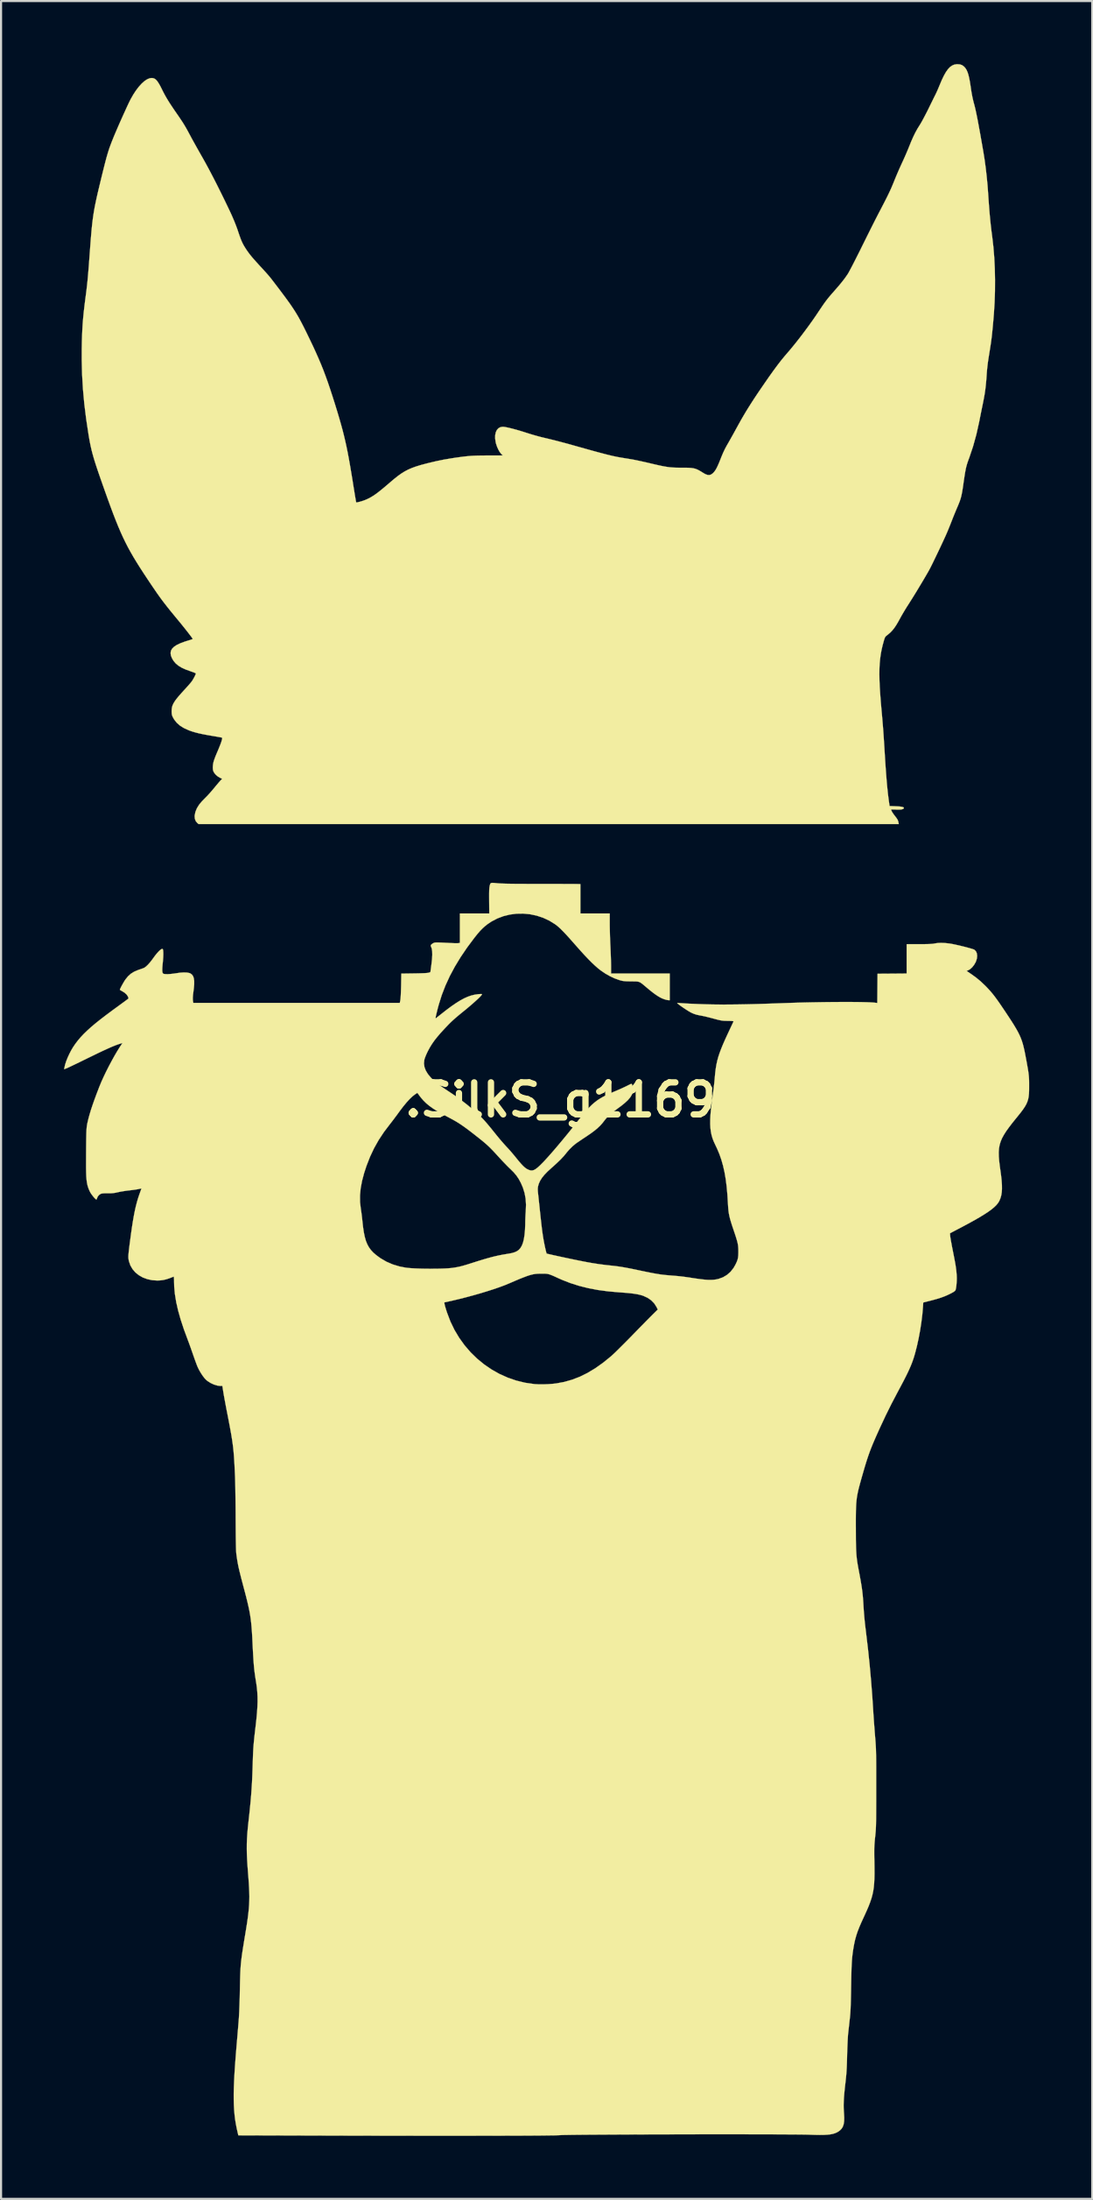
<source format=kicad_pcb>
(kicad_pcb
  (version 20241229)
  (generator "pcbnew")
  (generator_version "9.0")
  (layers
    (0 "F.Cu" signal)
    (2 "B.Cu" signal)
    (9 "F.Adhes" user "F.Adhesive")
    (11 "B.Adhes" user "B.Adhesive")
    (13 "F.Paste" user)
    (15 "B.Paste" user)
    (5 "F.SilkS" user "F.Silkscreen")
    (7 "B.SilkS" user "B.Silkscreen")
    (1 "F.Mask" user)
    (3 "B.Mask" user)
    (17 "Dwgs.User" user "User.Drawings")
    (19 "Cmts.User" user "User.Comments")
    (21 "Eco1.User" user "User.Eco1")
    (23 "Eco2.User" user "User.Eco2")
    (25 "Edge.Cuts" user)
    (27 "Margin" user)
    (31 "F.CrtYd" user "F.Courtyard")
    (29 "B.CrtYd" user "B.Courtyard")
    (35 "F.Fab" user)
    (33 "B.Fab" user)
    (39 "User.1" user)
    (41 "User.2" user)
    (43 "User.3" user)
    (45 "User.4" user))
  (footprint "F.SilkS_g1169"
    (layer "F.Cu")
    (at 22.977 49.281)
    (property "Reference" "F.SilkS_g1169" (at 0 0 0) (layer "F.SilkS") (effects (font (size 1.524 1.524) (thickness 0.3))))
    (attr through_hole)
    (fp_poly (pts (xy 19.688 -49.265) (xy 19.789 -49.229) (xy 19.877 -49.162) (xy 19.892 -49.147) (xy 19.95 -49.079) (xy 20 -48.997) (xy 20.044 -48.897) (xy 20.084 -48.774) (xy 20.12 -48.624) (xy 20.155 -48.443) (xy 20.189 -48.226) (xy 20.202 -48.133) (xy 20.237 -47.91) (xy 20.279 -47.691) (xy 20.325 -47.493) (xy 20.34 -47.438) (xy 20.366 -47.344) (xy 20.391 -47.245) (xy 20.416 -47.14) (xy 20.442 -47.024) (xy 20.469 -46.894) (xy 20.499 -46.747) (xy 20.532 -46.58) (xy 20.567 -46.39) (xy 20.607 -46.173) (xy 20.652 -45.927) (xy 20.701 -45.647) (xy 20.757 -45.33) (xy 20.796 -45.106) (xy 20.855 -44.738) (xy 20.909 -44.34) (xy 20.956 -43.926) (xy 20.996 -43.508) (xy 21.018 -43.212) (xy 21.039 -42.9) (xy 21.059 -42.624) (xy 21.078 -42.378) (xy 21.096 -42.157) (xy 21.115 -41.953) (xy 21.134 -41.761) (xy 21.154 -41.575) (xy 21.176 -41.389) (xy 21.201 -41.196) (xy 21.22 -41.053) (xy 21.274 -40.583) (xy 21.315 -40.082) (xy 21.341 -39.56) (xy 21.353 -39.024) (xy 21.35 -38.486) (xy 21.332 -37.953) (xy 21.3 -37.434) (xy 21.295 -37.37) (xy 21.272 -37.096) (xy 21.251 -36.858) (xy 21.231 -36.651) (xy 21.213 -36.47) (xy 21.195 -36.309) (xy 21.177 -36.163) (xy 21.158 -36.025) (xy 21.138 -35.89) (xy 21.135 -35.872) (xy 21.111 -35.721) (xy 21.084 -35.549) (xy 21.056 -35.376) (xy 21.032 -35.224) (xy 21.03 -35.21) (xy 21.009 -35.066) (xy 20.989 -34.898) (xy 20.971 -34.724) (xy 20.958 -34.562) (xy 20.955 -34.517) (xy 20.936 -34.246) (xy 20.913 -34.005) (xy 20.887 -33.78) (xy 20.854 -33.559) (xy 20.812 -33.33) (xy 20.773 -33.132) (xy 20.738 -32.961) (xy 20.699 -32.772) (xy 20.66 -32.578) (xy 20.624 -32.396) (xy 20.596 -32.255) (xy 20.463 -31.659) (xy 20.306 -31.091) (xy 20.126 -30.555) (xy 20.094 -30.471) (xy 20.053 -30.358) (xy 20.018 -30.25) (xy 19.987 -30.139) (xy 19.959 -30.02) (xy 19.933 -29.883) (xy 19.906 -29.721) (xy 19.877 -29.528) (xy 19.864 -29.443) (xy 19.835 -29.235) (xy 19.809 -29.063) (xy 19.785 -28.919) (xy 19.761 -28.797) (xy 19.736 -28.69) (xy 19.708 -28.59) (xy 19.675 -28.492) (xy 19.635 -28.388) (xy 19.587 -28.271) (xy 19.536 -28.152) (xy 19.482 -28.024) (xy 19.42 -27.873) (xy 19.356 -27.716) (xy 19.299 -27.57) (xy 19.286 -27.537) (xy 19.233 -27.402) (xy 19.175 -27.257) (xy 19.118 -27.118) (xy 19.068 -26.998) (xy 19.054 -26.966) (xy 19.007 -26.859) (xy 18.946 -26.726) (xy 18.876 -26.573) (xy 18.798 -26.406) (xy 18.715 -26.23) (xy 18.63 -26.051) (xy 18.545 -25.875) (xy 18.464 -25.707) (xy 18.389 -25.552) (xy 18.322 -25.417) (xy 18.267 -25.308) (xy 18.225 -25.229) (xy 18.215 -25.209) (xy 18.121 -25.045) (xy 18.012 -24.858) (xy 17.893 -24.656) (xy 17.768 -24.448) (xy 17.643 -24.24) (xy 17.521 -24.042) (xy 17.408 -23.859) (xy 17.308 -23.701) (xy 17.251 -23.611) (xy 17.162 -23.473) (xy 17.069 -23.322) (xy 16.978 -23.17) (xy 16.897 -23.03) (xy 16.838 -22.924) (xy 16.733 -22.733) (xy 16.638 -22.575) (xy 16.549 -22.444) (xy 16.46 -22.334) (xy 16.368 -22.238) (xy 16.266 -22.15) (xy 16.222 -22.115) (xy 16.174 -22.078) (xy 16.14 -22.045) (xy 16.115 -22.006) (xy 16.092 -21.953) (xy 16.067 -21.874) (xy 16.048 -21.806) (xy 15.992 -21.6) (xy 15.946 -21.396) (xy 15.909 -21.19) (xy 15.88 -20.977) (xy 15.859 -20.754) (xy 15.848 -20.517) (xy 15.844 -20.262) (xy 15.849 -19.984) (xy 15.861 -19.679) (xy 15.882 -19.345) (xy 15.91 -18.976) (xy 15.938 -18.648) (xy 15.959 -18.418) (xy 15.977 -18.217) (xy 15.992 -18.037) (xy 16.006 -17.87) (xy 16.019 -17.711) (xy 16.031 -17.55) (xy 16.043 -17.383) (xy 16.055 -17.201) (xy 16.068 -16.998) (xy 16.083 -16.766) (xy 16.098 -16.521) (xy 16.121 -16.151) (xy 16.143 -15.819) (xy 16.165 -15.521) (xy 16.186 -15.252) (xy 16.207 -15.008) (xy 16.229 -14.785) (xy 16.251 -14.577) (xy 16.275 -14.382) (xy 16.3 -14.194) (xy 16.305 -14.161) (xy 16.331 -13.981) (xy 16.627 -13.969) (xy 16.779 -13.961) (xy 16.891 -13.949) (xy 16.965 -13.932) (xy 17.005 -13.91) (xy 17.013 -13.882) (xy 17.012 -13.879) (xy 16.979 -13.844) (xy 16.906 -13.821) (xy 16.796 -13.811) (xy 16.648 -13.813) (xy 16.632 -13.814) (xy 16.539 -13.818) (xy 16.465 -13.819) (xy 16.417 -13.817) (xy 16.404 -13.813) (xy 16.418 -13.765) (xy 16.455 -13.693) (xy 16.511 -13.608) (xy 16.573 -13.525) (xy 16.645 -13.432) (xy 16.695 -13.36) (xy 16.727 -13.298) (xy 16.746 -13.238) (xy 16.754 -13.202) (xy 16.769 -13.123) (xy -16.57 -13.123) (xy -16.634 -13.177) (xy -16.705 -13.263) (xy -16.748 -13.374) (xy -16.759 -13.5) (xy -16.756 -13.536) (xy -16.721 -13.706) (xy -16.653 -13.872) (xy -16.551 -14.038) (xy -16.412 -14.207) (xy -16.285 -14.336) (xy -16.198 -14.424) (xy -16.095 -14.533) (xy -15.988 -14.652) (xy -15.887 -14.77) (xy -15.848 -14.817) (xy -15.765 -14.918) (xy -15.684 -15.014) (xy -15.613 -15.099) (xy -15.557 -15.163) (xy -15.531 -15.19) (xy -15.447 -15.278) (xy -15.543 -15.321) (xy -15.646 -15.381) (xy -15.743 -15.461) (xy -15.821 -15.552) (xy -15.866 -15.633) (xy -15.888 -15.711) (xy -15.894 -15.801) (xy -15.891 -15.88) (xy -15.883 -15.959) (xy -15.869 -16.039) (xy -15.846 -16.126) (xy -15.812 -16.226) (xy -15.766 -16.348) (xy -15.705 -16.495) (xy -15.65 -16.623) (xy -15.6 -16.743) (xy -15.552 -16.863) (xy -15.511 -16.97) (xy -15.482 -17.055) (xy -15.474 -17.083) (xy -15.454 -17.158) (xy -15.445 -17.203) (xy -15.449 -17.226) (xy -15.463 -17.237) (xy -15.469 -17.239) (xy -15.5 -17.245) (xy -15.566 -17.258) (xy -15.66 -17.275) (xy -15.776 -17.295) (xy -15.906 -17.317) (xy -15.948 -17.324) (xy -16.188 -17.366) (xy -16.392 -17.405) (xy -16.567 -17.443) (xy -16.72 -17.482) (xy -16.857 -17.522) (xy -16.986 -17.566) (xy -17.046 -17.589) (xy -17.271 -17.691) (xy -17.458 -17.808) (xy -17.611 -17.943) (xy -17.732 -18.096) (xy -17.784 -18.186) (xy -17.819 -18.258) (xy -17.84 -18.318) (xy -17.85 -18.382) (xy -17.854 -18.467) (xy -17.854 -18.5) (xy -17.85 -18.595) (xy -17.836 -18.686) (xy -17.809 -18.774) (xy -17.766 -18.866) (xy -17.706 -18.965) (xy -17.625 -19.077) (xy -17.52 -19.205) (xy -17.39 -19.353) (xy -17.26 -19.496) (xy -17.165 -19.599) (xy -17.076 -19.698) (xy -16.998 -19.788) (xy -16.936 -19.861) (xy -16.898 -19.909) (xy -16.897 -19.911) (xy -16.854 -19.975) (xy -16.808 -20.054) (xy -16.764 -20.135) (xy -16.728 -20.21) (xy -16.706 -20.266) (xy -16.701 -20.289) (xy -16.719 -20.303) (xy -16.771 -20.327) (xy -16.848 -20.357) (xy -16.942 -20.389) (xy -16.949 -20.392) (xy -17.18 -20.475) (xy -17.373 -20.563) (xy -17.532 -20.659) (xy -17.66 -20.766) (xy -17.763 -20.887) (xy -17.84 -21.017) (xy -17.889 -21.144) (xy -17.905 -21.261) (xy -17.887 -21.368) (xy -17.832 -21.467) (xy -17.74 -21.558) (xy -17.61 -21.644) (xy -17.44 -21.725) (xy -17.23 -21.803) (xy -17.087 -21.848) (xy -16.994 -21.876) (xy -16.918 -21.901) (xy -16.867 -21.92) (xy -16.849 -21.93) (xy -16.862 -21.954) (xy -16.898 -22.007) (xy -16.956 -22.084) (xy -17.032 -22.183) (xy -17.122 -22.299) (xy -17.224 -22.428) (xy -17.335 -22.566) (xy -17.452 -22.71) (xy -17.571 -22.855) (xy -17.61 -22.902) (xy -17.78 -23.108) (xy -17.929 -23.29) (xy -18.061 -23.455) (xy -18.182 -23.61) (xy -18.297 -23.76) (xy -18.408 -23.911) (xy -18.522 -24.071) (xy -18.642 -24.244) (xy -18.774 -24.437) (xy -18.922 -24.657) (xy -19.008 -24.786) (xy -19.198 -25.074) (xy -19.371 -25.341) (xy -19.529 -25.593) (xy -19.675 -25.834) (xy -19.809 -26.067) (xy -19.936 -26.298) (xy -20.055 -26.531) (xy -20.171 -26.77) (xy -20.284 -27.02) (xy -20.397 -27.284) (xy -20.512 -27.568) (xy -20.632 -27.875) (xy -20.757 -28.21) (xy -20.891 -28.577) (xy -21.019 -28.935) (xy -21.134 -29.259) (xy -21.235 -29.547) (xy -21.324 -29.803) (xy -21.402 -30.032) (xy -21.469 -30.237) (xy -21.528 -30.422) (xy -21.578 -30.591) (xy -21.622 -30.748) (xy -21.661 -30.898) (xy -21.695 -31.043) (xy -21.726 -31.188) (xy -21.756 -31.338) (xy -21.784 -31.495) (xy -21.811 -31.655) (xy -21.924 -32.401) (xy -22.013 -33.12) (xy -22.077 -33.822) (xy -22.118 -34.514) (xy -22.135 -35.204) (xy -22.134 -35.729) (xy -22.128 -36.064) (xy -22.119 -36.368) (xy -22.106 -36.65) (xy -22.09 -36.92) (xy -22.068 -37.189) (xy -22.041 -37.466) (xy -22.007 -37.76) (xy -21.967 -38.083) (xy -21.949 -38.216) (xy -21.928 -38.38) (xy -21.908 -38.533) (xy -21.891 -38.681) (xy -21.874 -38.83) (xy -21.858 -38.985) (xy -21.843 -39.15) (xy -21.827 -39.331) (xy -21.81 -39.533) (xy -21.792 -39.761) (xy -21.773 -40.021) (xy -21.751 -40.317) (xy -21.748 -40.354) (xy -21.724 -40.685) (xy -21.701 -40.98) (xy -21.679 -41.243) (xy -21.657 -41.482) (xy -21.634 -41.701) (xy -21.609 -41.906) (xy -21.581 -42.103) (xy -21.55 -42.297) (xy -21.514 -42.495) (xy -21.472 -42.701) (xy -21.425 -42.922) (xy -21.37 -43.164) (xy -21.306 -43.431) (xy -21.234 -43.73) (xy -21.187 -43.925) (xy -21.122 -44.188) (xy -21.065 -44.416) (xy -21.015 -44.612) (xy -20.97 -44.782) (xy -20.928 -44.932) (xy -20.888 -45.067) (xy -20.849 -45.191) (xy -20.809 -45.31) (xy -20.765 -45.43) (xy -20.718 -45.554) (xy -20.669 -45.678) (xy -20.616 -45.809) (xy -20.55 -45.967) (xy -20.474 -46.144) (xy -20.392 -46.334) (xy -20.305 -46.532) (xy -20.216 -46.731) (xy -20.128 -46.926) (xy -20.044 -47.11) (xy -19.967 -47.278) (xy -19.899 -47.423) (xy -19.842 -47.539) (xy -19.811 -47.601) (xy -19.684 -47.825) (xy -19.552 -48.027) (xy -19.417 -48.204) (xy -19.282 -48.353) (xy -19.149 -48.472) (xy -19.021 -48.558) (xy -18.9 -48.607) (xy -18.813 -48.62) (xy -18.737 -48.613) (xy -18.669 -48.588) (xy -18.605 -48.543) (xy -18.541 -48.473) (xy -18.474 -48.374) (xy -18.399 -48.243) (xy -18.322 -48.091) (xy -18.252 -47.951) (xy -18.183 -47.82) (xy -18.11 -47.691) (xy -18.031 -47.558) (xy -17.941 -47.415) (xy -17.836 -47.256) (xy -17.712 -47.072) (xy -17.614 -46.931) (xy -17.503 -46.77) (xy -17.412 -46.634) (xy -17.334 -46.517) (xy -17.267 -46.41) (xy -17.204 -46.305) (xy -17.14 -46.193) (xy -17.07 -46.066) (xy -16.99 -45.916) (xy -16.973 -45.885) (xy -16.915 -45.776) (xy -16.839 -45.638) (xy -16.751 -45.479) (xy -16.654 -45.306) (xy -16.553 -45.127) (xy -16.453 -44.949) (xy -16.397 -44.852) (xy -16.242 -44.576) (xy -16.074 -44.266) (xy -15.897 -43.929) (xy -15.714 -43.572) (xy -15.534 -43.212) (xy -15.396 -42.932) (xy -15.276 -42.686) (xy -15.172 -42.469) (xy -15.081 -42.278) (xy -15.002 -42.107) (xy -14.934 -41.952) (xy -14.874 -41.811) (xy -14.82 -41.677) (xy -14.771 -41.548) (xy -14.724 -41.419) (xy -14.679 -41.285) (xy -14.677 -41.278) (xy -14.617 -41.104) (xy -14.565 -40.962) (xy -14.516 -40.842) (xy -14.466 -40.737) (xy -14.411 -40.636) (xy -14.347 -40.532) (xy -14.312 -40.478) (xy -14.248 -40.384) (xy -14.183 -40.294) (xy -14.113 -40.202) (xy -14.032 -40.103) (xy -13.936 -39.992) (xy -13.821 -39.863) (xy -13.683 -39.711) (xy -13.636 -39.66) (xy -13.514 -39.528) (xy -13.416 -39.42) (xy -13.335 -39.331) (xy -13.267 -39.254) (xy -13.206 -39.182) (xy -13.146 -39.109) (xy -13.083 -39.029) (xy -13.01 -38.934) (xy -12.922 -38.819) (xy -12.866 -38.746) (xy -12.677 -38.497) (xy -12.512 -38.277) (xy -12.367 -38.08) (xy -12.239 -37.903) (xy -12.126 -37.739) (xy -12.024 -37.585) (xy -11.93 -37.436) (xy -11.841 -37.287) (xy -11.755 -37.133) (xy -11.668 -36.97) (xy -11.577 -36.793) (xy -11.479 -36.597) (xy -11.448 -36.534) (xy -11.276 -36.18) (xy -11.121 -35.855) (xy -10.982 -35.552) (xy -10.855 -35.265) (xy -10.737 -34.987) (xy -10.626 -34.71) (xy -10.52 -34.427) (xy -10.414 -34.133) (xy -10.308 -33.819) (xy -10.197 -33.48) (xy -10.079 -33.108) (xy -10.055 -33.031) (xy -9.958 -32.715) (xy -9.871 -32.422) (xy -9.792 -32.146) (xy -9.719 -31.88) (xy -9.653 -31.62) (xy -9.591 -31.359) (xy -9.532 -31.092) (xy -9.475 -30.813) (xy -9.419 -30.517) (xy -9.362 -30.197) (xy -9.303 -29.849) (xy -9.24 -29.467) (xy -9.218 -29.326) (xy -9.188 -29.138) (xy -9.159 -28.962) (xy -9.134 -28.804) (xy -9.111 -28.669) (xy -9.092 -28.559) (xy -9.078 -28.48) (xy -9.07 -28.436) (xy -9.068 -28.428) (xy -9.041 -28.426) (xy -8.983 -28.437) (xy -8.904 -28.456) (xy -8.813 -28.482) (xy -8.719 -28.513) (xy -8.631 -28.545) (xy -8.588 -28.563) (xy -8.483 -28.612) (xy -8.379 -28.667) (xy -8.272 -28.731) (xy -8.158 -28.807) (xy -8.034 -28.898) (xy -7.894 -29.008) (xy -7.734 -29.14) (xy -7.55 -29.296) (xy -7.441 -29.39) (xy -7.251 -29.55) (xy -7.078 -29.687) (xy -6.915 -29.803) (xy -6.754 -29.903) (xy -6.59 -29.989) (xy -6.414 -30.065) (xy -6.221 -30.135) (xy -6.003 -30.202) (xy -5.752 -30.269) (xy -5.63 -30.3) (xy -5.255 -30.389) (xy -4.892 -30.463) (xy -4.521 -30.526) (xy -4.339 -30.554) (xy -4.13 -30.583) (xy -3.946 -30.607) (xy -3.778 -30.625) (xy -3.616 -30.639) (xy -3.45 -30.649) (xy -3.273 -30.655) (xy -3.074 -30.658) (xy -2.845 -30.66) (xy -2.773 -30.66) (xy -2.085 -30.66) (xy -2.163 -30.738) (xy -2.231 -30.824) (xy -2.298 -30.941) (xy -2.359 -31.078) (xy -2.407 -31.222) (xy -2.424 -31.293) (xy -2.45 -31.468) (xy -2.448 -31.625) (xy -2.42 -31.761) (xy -2.368 -31.873) (xy -2.293 -31.956) (xy -2.197 -32.008) (xy -2.087 -32.025) (xy -2.013 -32.019) (xy -1.905 -32) (xy -1.77 -31.97) (xy -1.615 -31.932) (xy -1.445 -31.886) (xy -1.268 -31.835) (xy -1.132 -31.793) (xy -0.921 -31.726) (xy -0.741 -31.67) (xy -0.581 -31.623) (xy -0.432 -31.581) (xy -0.285 -31.542) (xy -0.129 -31.504) (xy 0.044 -31.463) (xy 0.078 -31.455) (xy 0.221 -31.42) (xy 0.395 -31.377) (xy 0.588 -31.327) (xy 0.792 -31.273) (xy 0.995 -31.219) (xy 1.188 -31.165) (xy 1.219 -31.156) (xy 1.553 -31.062) (xy 1.85 -30.979) (xy 2.113 -30.906) (xy 2.345 -30.842) (xy 2.549 -30.787) (xy 2.729 -30.74) (xy 2.887 -30.699) (xy 3.028 -30.665) (xy 3.154 -30.635) (xy 3.269 -30.611) (xy 3.375 -30.589) (xy 3.476 -30.571) (xy 3.556 -30.557) (xy 3.66 -30.54) (xy 3.788 -30.519) (xy 3.924 -30.497) (xy 4.032 -30.479) (xy 4.13 -30.462) (xy 4.259 -30.436) (xy 4.411 -30.404) (xy 4.577 -30.368) (xy 4.747 -30.33) (xy 4.879 -30.299) (xy 5.109 -30.245) (xy 5.305 -30.2) (xy 5.472 -30.164) (xy 5.617 -30.136) (xy 5.747 -30.115) (xy 5.867 -30.099) (xy 5.985 -30.089) (xy 6.105 -30.082) (xy 6.236 -30.079) (xy 6.383 -30.078) (xy 6.422 -30.078) (xy 6.611 -30.078) (xy 6.765 -30.074) (xy 6.892 -30.065) (xy 6.999 -30.049) (xy 7.092 -30.025) (xy 7.18 -29.99) (xy 7.271 -29.944) (xy 7.37 -29.885) (xy 7.431 -29.846) (xy 7.557 -29.773) (xy 7.663 -29.734) (xy 7.755 -29.729) (xy 7.839 -29.757) (xy 7.921 -29.819) (xy 7.955 -29.854) (xy 8.003 -29.912) (xy 8.05 -29.98) (xy 8.097 -30.063) (xy 8.148 -30.168) (xy 8.205 -30.299) (xy 8.272 -30.462) (xy 8.311 -30.563) (xy 8.402 -30.781) (xy 8.498 -30.983) (xy 8.592 -31.156) (xy 8.593 -31.157) (xy 8.643 -31.242) (xy 8.708 -31.357) (xy 8.785 -31.493) (xy 8.868 -31.642) (xy 8.954 -31.797) (xy 9.033 -31.941) (xy 9.157 -32.166) (xy 9.274 -32.375) (xy 9.389 -32.573) (xy 9.504 -32.766) (xy 9.624 -32.96) (xy 9.751 -33.16) (xy 9.889 -33.373) (xy 10.042 -33.603) (xy 10.214 -33.856) (xy 10.386 -34.106) (xy 10.608 -34.426) (xy 10.812 -34.711) (xy 10.998 -34.962) (xy 11.168 -35.182) (xy 11.324 -35.373) (xy 11.421 -35.486) (xy 11.617 -35.715) (xy 11.828 -35.972) (xy 12.048 -36.251) (xy 12.27 -36.543) (xy 12.489 -36.839) (xy 12.698 -37.132) (xy 12.891 -37.414) (xy 12.926 -37.467) (xy 13.043 -37.642) (xy 13.142 -37.788) (xy 13.23 -37.913) (xy 13.311 -38.024) (xy 13.391 -38.127) (xy 13.476 -38.23) (xy 13.57 -38.34) (xy 13.68 -38.465) (xy 13.694 -38.481) (xy 13.894 -38.71) (xy 14.064 -38.915) (xy 14.207 -39.101) (xy 14.325 -39.27) (xy 14.34 -39.293) (xy 14.372 -39.346) (xy 14.42 -39.434) (xy 14.483 -39.551) (xy 14.558 -39.694) (xy 14.643 -39.859) (xy 14.736 -40.042) (xy 14.835 -40.239) (xy 14.939 -40.445) (xy 15.028 -40.626) (xy 15.138 -40.847) (xy 15.247 -41.068) (xy 15.356 -41.285) (xy 15.459 -41.492) (xy 15.556 -41.685) (xy 15.644 -41.858) (xy 15.72 -42.007) (xy 15.781 -42.126) (xy 15.812 -42.185) (xy 15.939 -42.428) (xy 16.049 -42.639) (xy 16.143 -42.823) (xy 16.224 -42.984) (xy 16.294 -43.128) (xy 16.357 -43.261) (xy 16.413 -43.386) (xy 16.466 -43.509) (xy 16.518 -43.635) (xy 16.552 -43.72) (xy 16.619 -43.884) (xy 16.697 -44.069) (xy 16.779 -44.258) (xy 16.859 -44.437) (xy 16.923 -44.577) (xy 16.993 -44.728) (xy 17.067 -44.893) (xy 17.139 -45.059) (xy 17.204 -45.213) (xy 17.251 -45.328) (xy 17.358 -45.593) (xy 17.46 -45.824) (xy 17.56 -46.028) (xy 17.662 -46.212) (xy 17.758 -46.366) (xy 17.809 -46.449) (xy 17.874 -46.562) (xy 17.948 -46.698) (xy 18.027 -46.848) (xy 18.108 -47.004) (xy 18.175 -47.138) (xy 18.248 -47.287) (xy 18.319 -47.432) (xy 18.386 -47.567) (xy 18.443 -47.684) (xy 18.489 -47.776) (xy 18.52 -47.837) (xy 18.559 -47.919) (xy 18.608 -48.027) (xy 18.66 -48.147) (xy 18.709 -48.265) (xy 18.711 -48.271) (xy 18.815 -48.517) (xy 18.914 -48.724) (xy 19.01 -48.894) (xy 19.105 -49.03) (xy 19.2 -49.133) (xy 19.299 -49.207) (xy 19.402 -49.253) (xy 19.513 -49.274) (xy 19.563 -49.276) (xy 19.688 -49.265)) (stroke (width 0.01) (type solid)) (fill yes) (layer "F.SilkS"))
    (fp_poly (pts (xy -2.498 -10.322) (xy -2.386 -10.311) (xy -2.336 -10.306) (xy -2.262 -10.3) (xy -2.174 -10.295) (xy -2.068 -10.291) (xy -1.942 -10.287) (xy -1.792 -10.284) (xy -1.615 -10.281) (xy -1.41 -10.279) (xy -1.173 -10.278) (xy -0.902 -10.277) (xy -0.593 -10.276) (xy -0.318 -10.276) (xy -0.05 -10.276) (xy 0.208 -10.276) (xy 0.452 -10.275) (xy 0.679 -10.275) (xy 0.885 -10.274) (xy 1.067 -10.274) (xy 1.222 -10.273) (xy 1.347 -10.272) (xy 1.437 -10.272) (xy 1.489 -10.271) (xy 1.498 -10.271) (xy 1.609 -10.266) (xy 1.609 -8.869) (xy 3.006 -8.869) (xy 3.006 -8.398) (xy 3.007 -8.243) (xy 3.011 -8.057) (xy 3.016 -7.854) (xy 3.023 -7.646) (xy 3.031 -7.444) (xy 3.038 -7.313) (xy 3.046 -7.134) (xy 3.053 -6.948) (xy 3.06 -6.766) (xy 3.065 -6.598) (xy 3.068 -6.453) (xy 3.069 -6.355) (xy 3.069 -6.011) (xy 5.863 -6.011) (xy 5.863 -4.741) (xy 5.816 -4.742) (xy 5.738 -4.752) (xy 5.638 -4.778) (xy 5.531 -4.816) (xy 5.44 -4.857) (xy 5.328 -4.92) (xy 5.205 -5) (xy 5.066 -5.101) (xy 4.906 -5.228) (xy 4.807 -5.31) (xy 4.689 -5.41) (xy 4.597 -5.487) (xy 4.525 -5.544) (xy 4.465 -5.584) (xy 4.41 -5.611) (xy 4.353 -5.626) (xy 4.287 -5.634) (xy 4.205 -5.637) (xy 4.1 -5.638) (xy 4.029 -5.639) (xy 3.887 -5.641) (xy 3.778 -5.645) (xy 3.693 -5.652) (xy 3.622 -5.661) (xy 3.556 -5.675) (xy 3.484 -5.695) (xy 3.461 -5.702) (xy 3.246 -5.779) (xy 3.019 -5.885) (xy 2.796 -6.011) (xy 2.588 -6.152) (xy 2.576 -6.161) (xy 2.445 -6.264) (xy 2.306 -6.386) (xy 2.156 -6.527) (xy 1.993 -6.691) (xy 1.813 -6.88) (xy 1.614 -7.098) (xy 1.393 -7.347) (xy 1.376 -7.366) (xy 1.198 -7.568) (xy 1.044 -7.741) (xy 0.91 -7.887) (xy 0.793 -8.01) (xy 0.692 -8.112) (xy 0.601 -8.198) (xy 0.519 -8.269) (xy 0.443 -8.329) (xy 0.402 -8.359) (xy 0.124 -8.531) (xy -0.171 -8.667) (xy -0.479 -8.768) (xy -0.794 -8.834) (xy -1.114 -8.864) (xy -1.433 -8.859) (xy -1.749 -8.818) (xy -2.056 -8.742) (xy -2.351 -8.631) (xy -2.63 -8.484) (xy -2.814 -8.36) (xy -2.935 -8.264) (xy -3.049 -8.161) (xy -3.163 -8.045) (xy -3.283 -7.907) (xy -3.417 -7.74) (xy -3.429 -7.726) (xy -3.781 -7.255) (xy -4.094 -6.794) (xy -4.37 -6.34) (xy -4.611 -5.889) (xy -4.818 -5.439) (xy -4.993 -4.986) (xy -5.137 -4.527) (xy -5.185 -4.35) (xy -5.224 -4.193) (xy -5.253 -4.073) (xy -5.273 -3.986) (xy -5.283 -3.928) (xy -5.285 -3.895) (xy -5.28 -3.882) (xy -5.268 -3.887) (xy -5.267 -3.887) (xy -5.24 -3.908) (xy -5.188 -3.95) (xy -5.117 -4.006) (xy -5.035 -4.071) (xy -5.027 -4.077) (xy -4.765 -4.282) (xy -4.529 -4.457) (xy -4.313 -4.605) (xy -4.116 -4.728) (xy -3.934 -4.827) (xy -3.762 -4.905) (xy -3.597 -4.963) (xy -3.436 -5.003) (xy -3.276 -5.027) (xy -3.231 -5.031) (xy -3.148 -5.037) (xy -3.1 -5.038) (xy -3.08 -5.032) (xy -3.079 -5.018) (xy -3.086 -5.004) (xy -3.119 -4.96) (xy -3.181 -4.893) (xy -3.268 -4.808) (xy -3.378 -4.707) (xy -3.505 -4.594) (xy -3.646 -4.472) (xy -3.797 -4.345) (xy -3.926 -4.239) (xy -4.093 -4.104) (xy -4.233 -3.988) (xy -4.352 -3.886) (xy -4.458 -3.792) (xy -4.557 -3.699) (xy -4.655 -3.602) (xy -4.759 -3.494) (xy -4.865 -3.382) (xy -5.051 -3.179) (xy -5.208 -2.996) (xy -5.342 -2.826) (xy -5.456 -2.663) (xy -5.557 -2.5) (xy -5.649 -2.331) (xy -5.685 -2.257) (xy -5.733 -2.153) (xy -5.775 -2.051) (xy -5.807 -1.962) (xy -5.823 -1.905) (xy -5.839 -1.734) (xy -5.817 -1.566) (xy -5.754 -1.397) (xy -5.651 -1.228) (xy -5.509 -1.057) (xy -5.416 -0.963) (xy -5.319 -0.874) (xy -5.211 -0.784) (xy -5.086 -0.69) (xy -4.938 -0.586) (xy -4.761 -0.467) (xy -4.711 -0.434) (xy -4.373 -0.208) (xy -4.066 0.013) (xy -3.779 0.234) (xy -3.503 0.465) (xy -3.292 0.652) (xy -3.2 0.738) (xy -3.113 0.823) (xy -3.028 0.911) (xy -2.939 1.008) (xy -2.843 1.118) (xy -2.734 1.248) (xy -2.609 1.4) (xy -2.463 1.582) (xy -2.459 1.587) (xy -2.353 1.718) (xy -2.242 1.852) (xy -2.132 1.981) (xy -2.03 2.097) (xy -1.945 2.191) (xy -1.915 2.223) (xy -1.827 2.318) (xy -1.722 2.435) (xy -1.613 2.562) (xy -1.508 2.688) (xy -1.457 2.752) (xy -1.326 2.912) (xy -1.215 3.04) (xy -1.12 3.141) (xy -1.038 3.216) (xy -0.964 3.271) (xy -0.917 3.298) (xy -0.831 3.337) (xy -0.754 3.358) (xy -0.679 3.358) (xy -0.603 3.337) (xy -0.521 3.291) (xy -0.427 3.219) (xy -0.316 3.118) (xy -0.184 2.986) (xy -0.175 2.977) (xy -0.062 2.857) (xy 0.073 2.709) (xy 0.225 2.537) (xy 0.39 2.347) (xy 0.563 2.143) (xy 0.741 1.931) (xy 0.919 1.715) (xy 1.093 1.502) (xy 1.259 1.295) (xy 1.383 1.137) (xy 1.565 0.905) (xy 1.728 0.704) (xy 1.875 0.53) (xy 2.011 0.379) (xy 2.14 0.249) (xy 2.268 0.136) (xy 2.397 0.035) (xy 2.534 -0.056) (xy 2.681 -0.142) (xy 2.844 -0.225) (xy 3.028 -0.311) (xy 3.235 -0.401) (xy 3.313 -0.433) (xy 3.443 -0.489) (xy 3.576 -0.548) (xy 3.702 -0.606) (xy 3.807 -0.656) (xy 3.848 -0.677) (xy 3.936 -0.721) (xy 3.993 -0.748) (xy 4.029 -0.76) (xy 4.049 -0.758) (xy 4.062 -0.744) (xy 4.068 -0.733) (xy 4.081 -0.69) (xy 4.093 -0.62) (xy 4.101 -0.536) (xy 4.102 -0.524) (xy 4.106 -0.435) (xy 4.101 -0.371) (xy 4.086 -0.315) (xy 4.057 -0.247) (xy 4.046 -0.225) (xy 3.975 -0.111) (xy 3.87 0.011) (xy 3.728 0.143) (xy 3.549 0.288) (xy 3.439 0.368) (xy 3.256 0.504) (xy 3.105 0.623) (xy 2.98 0.732) (xy 2.876 0.835) (xy 2.789 0.937) (xy 2.754 0.983) (xy 2.655 1.109) (xy 2.549 1.227) (xy 2.43 1.34) (xy 2.293 1.455) (xy 2.131 1.576) (xy 1.938 1.709) (xy 1.884 1.745) (xy 1.76 1.827) (xy 1.642 1.906) (xy 1.538 1.977) (xy 1.452 2.035) (xy 1.393 2.077) (xy 1.376 2.09) (xy 1.235 2.208) (xy 1.092 2.349) (xy 0.962 2.497) (xy 0.92 2.551) (xy 0.814 2.679) (xy 0.673 2.829) (xy 0.497 2.999) (xy 0.289 3.188) (xy 0.233 3.237) (xy 0.047 3.407) (xy -0.104 3.563) (xy -0.222 3.71) (xy -0.31 3.85) (xy -0.372 3.988) (xy -0.407 4.111) (xy -0.418 4.184) (xy -0.421 4.263) (xy -0.416 4.359) (xy -0.406 4.461) (xy -0.397 4.544) (xy -0.384 4.66) (xy -0.369 4.803) (xy -0.352 4.962) (xy -0.334 5.13) (xy -0.318 5.288) (xy -0.289 5.554) (xy -0.264 5.784) (xy -0.241 5.983) (xy -0.22 6.158) (xy -0.199 6.314) (xy -0.178 6.457) (xy -0.156 6.594) (xy -0.147 6.646) (xy -0.129 6.747) (xy -0.107 6.859) (xy -0.083 6.974) (xy -0.059 7.084) (xy -0.036 7.18) (xy -0.017 7.256) (xy -0.002 7.302) (xy 0.003 7.312) (xy 0.025 7.319) (xy 0.083 7.333) (xy 0.171 7.353) (xy 0.285 7.379) (xy 0.417 7.408) (xy 0.561 7.44) (xy 0.897 7.512) (xy 1.196 7.575) (xy 1.464 7.63) (xy 1.705 7.678) (xy 1.923 7.72) (xy 2.124 7.756) (xy 2.311 7.786) (xy 2.491 7.814) (xy 2.667 7.837) (xy 2.844 7.859) (xy 3.028 7.879) (xy 3.078 7.884) (xy 3.243 7.902) (xy 3.405 7.923) (xy 3.569 7.948) (xy 3.744 7.978) (xy 3.937 8.014) (xy 4.156 8.058) (xy 4.402 8.11) (xy 4.664 8.165) (xy 4.891 8.211) (xy 5.087 8.249) (xy 5.259 8.279) (xy 5.411 8.303) (xy 5.548 8.321) (xy 5.678 8.335) (xy 5.717 8.338) (xy 5.854 8.35) (xy 6.009 8.363) (xy 6.16 8.375) (xy 6.24 8.382) (xy 6.352 8.393) (xy 6.492 8.41) (xy 6.646 8.43) (xy 6.799 8.452) (xy 6.886 8.466) (xy 7.137 8.504) (xy 7.352 8.533) (xy 7.536 8.553) (xy 7.694 8.564) (xy 7.833 8.565) (xy 7.957 8.558) (xy 8.071 8.543) (xy 8.18 8.519) (xy 8.187 8.517) (xy 8.398 8.441) (xy 8.588 8.328) (xy 8.756 8.181) (xy 8.899 8.001) (xy 8.992 7.84) (xy 9.049 7.72) (xy 9.089 7.616) (xy 9.114 7.517) (xy 9.127 7.408) (xy 9.132 7.276) (xy 9.132 7.207) (xy 9.131 7.107) (xy 9.126 7.018) (xy 9.118 6.933) (xy 9.103 6.847) (xy 9.082 6.752) (xy 9.051 6.642) (xy 9.011 6.511) (xy 8.959 6.353) (xy 8.898 6.172) (xy 8.831 5.973) (xy 8.778 5.804) (xy 8.736 5.659) (xy 8.704 5.529) (xy 8.679 5.406) (xy 8.662 5.282) (xy 8.649 5.149) (xy 8.639 4.999) (xy 8.635 4.932) (xy 8.609 4.509) (xy 8.574 4.123) (xy 8.529 3.769) (xy 8.473 3.443) (xy 8.405 3.14) (xy 8.324 2.855) (xy 8.23 2.584) (xy 8.12 2.322) (xy 8.027 2.127) (xy 7.958 1.978) (xy 7.901 1.829) (xy 7.856 1.675) (xy 7.823 1.513) (xy 7.801 1.338) (xy 7.791 1.147) (xy 7.793 0.935) (xy 7.805 0.699) (xy 7.829 0.434) (xy 7.863 0.137) (xy 7.908 -0.197) (xy 7.915 -0.243) (xy 7.937 -0.411) (xy 7.96 -0.597) (xy 7.982 -0.786) (xy 8 -0.962) (xy 8.01 -1.083) (xy 8.03 -1.296) (xy 8.055 -1.492) (xy 8.086 -1.678) (xy 8.125 -1.858) (xy 8.174 -2.039) (xy 8.236 -2.227) (xy 8.311 -2.427) (xy 8.401 -2.647) (xy 8.509 -2.891) (xy 8.635 -3.165) (xy 8.64 -3.175) (xy 8.706 -3.316) (xy 8.766 -3.444) (xy 8.818 -3.555) (xy 8.86 -3.644) (xy 8.888 -3.706) (xy 8.902 -3.735) (xy 8.902 -3.736) (xy 8.886 -3.745) (xy 8.83 -3.753) (xy 8.738 -3.757) (xy 8.631 -3.759) (xy 8.511 -3.761) (xy 8.415 -3.766) (xy 8.329 -3.777) (xy 8.239 -3.794) (xy 8.13 -3.82) (xy 8.054 -3.84) (xy 7.894 -3.883) (xy 7.768 -3.916) (xy 7.668 -3.941) (xy 7.586 -3.961) (xy 7.516 -3.978) (xy 7.45 -3.991) (xy 7.379 -4.005) (xy 7.298 -4.02) (xy 7.297 -4.02) (xy 7.143 -4.053) (xy 7.012 -4.095) (xy 6.894 -4.147) (xy 6.828 -4.183) (xy 6.745 -4.232) (xy 6.652 -4.291) (xy 6.556 -4.354) (xy 6.461 -4.418) (xy 6.374 -4.48) (xy 6.302 -4.533) (xy 6.249 -4.576) (xy 6.222 -4.603) (xy 6.221 -4.61) (xy 6.249 -4.611) (xy 6.31 -4.609) (xy 6.396 -4.603) (xy 6.498 -4.596) (xy 6.513 -4.595) (xy 6.597 -4.589) (xy 6.717 -4.582) (xy 6.866 -4.575) (xy 7.036 -4.568) (xy 7.222 -4.56) (xy 7.416 -4.553) (xy 7.599 -4.547) (xy 7.867 -4.54) (xy 8.151 -4.536) (xy 8.454 -4.535) (xy 8.779 -4.537) (xy 9.129 -4.541) (xy 9.507 -4.548) (xy 9.916 -4.558) (xy 10.358 -4.571) (xy 10.837 -4.587) (xy 11.335 -4.605) (xy 11.653 -4.616) (xy 11.982 -4.626) (xy 12.317 -4.635) (xy 12.655 -4.642) (xy 12.992 -4.648) (xy 13.325 -4.653) (xy 13.65 -4.656) (xy 13.964 -4.658) (xy 14.263 -4.659) (xy 14.544 -4.658) (xy 14.803 -4.656) (xy 15.036 -4.652) (xy 15.24 -4.647) (xy 15.411 -4.64) (xy 15.546 -4.632) (xy 15.619 -4.625) (xy 15.747 -4.61) (xy 15.753 -5.305) (xy 15.759 -6.001) (xy 16.452 -6.006) (xy 17.145 -6.012) (xy 17.145 -7.408) (xy 17.743 -7.409) (xy 17.941 -7.409) (xy 18.102 -7.412) (xy 18.229 -7.415) (xy 18.328 -7.421) (xy 18.404 -7.428) (xy 18.46 -7.438) (xy 18.468 -7.44) (xy 18.607 -7.462) (xy 18.776 -7.47) (xy 18.963 -7.463) (xy 19.158 -7.443) (xy 19.249 -7.429) (xy 19.367 -7.407) (xy 19.502 -7.378) (xy 19.647 -7.346) (xy 19.795 -7.31) (xy 19.94 -7.274) (xy 20.074 -7.238) (xy 20.192 -7.205) (xy 20.286 -7.177) (xy 20.349 -7.154) (xy 20.37 -7.143) (xy 20.441 -7.073) (xy 20.485 -6.976) (xy 20.501 -6.859) (xy 20.489 -6.729) (xy 20.447 -6.593) (xy 20.432 -6.557) (xy 20.357 -6.426) (xy 20.267 -6.311) (xy 20.169 -6.222) (xy 20.091 -6.176) (xy 19.999 -6.135) (xy 20.213 -5.99) (xy 20.453 -5.817) (xy 20.671 -5.637) (xy 20.884 -5.435) (xy 20.96 -5.358) (xy 21.053 -5.258) (xy 21.141 -5.16) (xy 21.228 -5.057) (xy 21.316 -4.946) (xy 21.41 -4.82) (xy 21.513 -4.677) (xy 21.629 -4.509) (xy 21.761 -4.314) (xy 21.846 -4.188) (xy 22.006 -3.946) (xy 22.145 -3.734) (xy 22.263 -3.546) (xy 22.363 -3.378) (xy 22.448 -3.225) (xy 22.52 -3.081) (xy 22.58 -2.942) (xy 22.632 -2.802) (xy 22.677 -2.657) (xy 22.717 -2.502) (xy 22.756 -2.331) (xy 22.794 -2.141) (xy 22.816 -2.021) (xy 22.857 -1.806) (xy 22.889 -1.625) (xy 22.916 -1.474) (xy 22.936 -1.344) (xy 22.951 -1.232) (xy 22.962 -1.129) (xy 22.969 -1.029) (xy 22.974 -0.927) (xy 22.976 -0.815) (xy 22.976 -0.688) (xy 22.976 -0.646) (xy 22.975 -0.458) (xy 22.968 -0.297) (xy 22.953 -0.155) (xy 22.928 -0.028) (xy 22.891 0.091) (xy 22.839 0.209) (xy 22.769 0.331) (xy 22.679 0.464) (xy 22.566 0.613) (xy 22.429 0.785) (xy 22.37 0.857) (xy 22.18 1.092) (xy 22.019 1.302) (xy 21.883 1.491) (xy 21.772 1.666) (xy 21.683 1.83) (xy 21.617 1.99) (xy 21.57 2.149) (xy 21.541 2.314) (xy 21.529 2.49) (xy 21.532 2.681) (xy 21.548 2.893) (xy 21.576 3.131) (xy 21.603 3.321) (xy 21.641 3.6) (xy 21.667 3.843) (xy 21.681 4.055) (xy 21.683 4.239) (xy 21.672 4.4) (xy 21.649 4.542) (xy 21.613 4.67) (xy 21.564 4.789) (xy 21.543 4.831) (xy 21.486 4.92) (xy 21.408 5.013) (xy 21.306 5.111) (xy 21.178 5.216) (xy 21.023 5.328) (xy 20.838 5.449) (xy 20.622 5.581) (xy 20.372 5.725) (xy 20.087 5.882) (xy 19.791 6.04) (xy 19.209 6.346) (xy 19.215 6.459) (xy 19.22 6.509) (xy 19.234 6.593) (xy 19.253 6.707) (xy 19.278 6.843) (xy 19.306 6.994) (xy 19.338 7.156) (xy 19.346 7.197) (xy 19.389 7.414) (xy 19.424 7.597) (xy 19.453 7.751) (xy 19.475 7.883) (xy 19.492 8) (xy 19.506 8.108) (xy 19.516 8.212) (xy 19.525 8.321) (xy 19.527 8.361) (xy 19.531 8.473) (xy 19.529 8.599) (xy 19.521 8.727) (xy 19.51 8.849) (xy 19.495 8.953) (xy 19.477 9.03) (xy 19.468 9.056) (xy 19.44 9.091) (xy 19.384 9.133) (xy 19.295 9.184) (xy 19.208 9.229) (xy 19.067 9.296) (xy 18.923 9.356) (xy 18.768 9.412) (xy 18.593 9.467) (xy 18.39 9.524) (xy 18.253 9.559) (xy 17.934 9.64) (xy 17.921 9.852) (xy 17.891 10.203) (xy 17.845 10.578) (xy 17.785 10.965) (xy 17.713 11.351) (xy 17.631 11.722) (xy 17.542 12.066) (xy 17.533 12.097) (xy 17.491 12.239) (xy 17.445 12.377) (xy 17.395 12.516) (xy 17.337 12.66) (xy 17.27 12.813) (xy 17.193 12.979) (xy 17.102 13.164) (xy 16.997 13.37) (xy 16.874 13.603) (xy 16.733 13.867) (xy 16.686 13.955) (xy 16.414 14.474) (xy 16.142 15.023) (xy 15.869 15.606) (xy 15.7 15.981) (xy 15.609 16.19) (xy 15.527 16.382) (xy 15.454 16.563) (xy 15.386 16.74) (xy 15.322 16.92) (xy 15.258 17.11) (xy 15.193 17.317) (xy 15.124 17.546) (xy 15.049 17.806) (xy 14.997 17.987) (xy 14.942 18.183) (xy 14.895 18.356) (xy 14.855 18.511) (xy 14.822 18.654) (xy 14.795 18.789) (xy 14.773 18.922) (xy 14.756 19.058) (xy 14.743 19.203) (xy 14.735 19.36) (xy 14.729 19.537) (xy 14.726 19.737) (xy 14.724 19.966) (xy 14.724 20.229) (xy 14.725 20.394) (xy 14.726 20.667) (xy 14.727 20.903) (xy 14.73 21.107) (xy 14.734 21.285) (xy 14.74 21.441) (xy 14.748 21.582) (xy 14.758 21.711) (xy 14.772 21.835) (xy 14.788 21.959) (xy 14.809 22.088) (xy 14.833 22.227) (xy 14.862 22.381) (xy 14.871 22.427) (xy 14.917 22.673) (xy 14.956 22.886) (xy 14.987 23.072) (xy 15.013 23.239) (xy 15.033 23.395) (xy 15.05 23.548) (xy 15.064 23.704) (xy 15.076 23.871) (xy 15.082 23.961) (xy 15.093 24.152) (xy 15.104 24.318) (xy 15.116 24.467) (xy 15.128 24.61) (xy 15.142 24.754) (xy 15.158 24.909) (xy 15.178 25.082) (xy 15.203 25.284) (xy 15.219 25.421) (xy 15.307 26.165) (xy 15.383 26.895) (xy 15.449 27.626) (xy 15.507 28.371) (xy 15.557 29.144) (xy 15.557 29.157) (xy 15.565 29.277) (xy 15.576 29.43) (xy 15.588 29.606) (xy 15.603 29.798) (xy 15.618 29.994) (xy 15.633 30.187) (xy 15.637 30.237) (xy 15.647 30.36) (xy 15.656 30.471) (xy 15.664 30.574) (xy 15.67 30.672) (xy 15.676 30.768) (xy 15.681 30.868) (xy 15.684 30.974) (xy 15.687 31.089) (xy 15.69 31.218) (xy 15.692 31.365) (xy 15.693 31.532) (xy 15.694 31.724) (xy 15.694 31.943) (xy 15.694 32.195) (xy 15.694 32.482) (xy 15.694 32.766) (xy 15.694 33.088) (xy 15.694 33.371) (xy 15.693 33.619) (xy 15.692 33.834) (xy 15.691 34.02) (xy 15.69 34.181) (xy 15.688 34.319) (xy 15.686 34.439) (xy 15.683 34.542) (xy 15.679 34.634) (xy 15.675 34.716) (xy 15.67 34.793) (xy 15.663 34.867) (xy 15.656 34.943) (xy 15.648 35.023) (xy 15.644 35.063) (xy 15.63 35.195) (xy 15.62 35.309) (xy 15.612 35.414) (xy 15.606 35.516) (xy 15.603 35.623) (xy 15.602 35.743) (xy 15.602 35.883) (xy 15.604 36.05) (xy 15.608 36.248) (xy 15.612 36.552) (xy 15.613 36.82) (xy 15.608 37.057) (xy 15.597 37.27) (xy 15.579 37.464) (xy 15.552 37.645) (xy 15.515 37.818) (xy 15.468 37.991) (xy 15.408 38.168) (xy 15.336 38.356) (xy 15.249 38.56) (xy 15.146 38.787) (xy 15.083 38.924) (xy 14.972 39.166) (xy 14.881 39.38) (xy 14.806 39.574) (xy 14.745 39.758) (xy 14.694 39.939) (xy 14.652 40.125) (xy 14.617 40.312) (xy 14.596 40.441) (xy 14.578 40.564) (xy 14.562 40.685) (xy 14.549 40.81) (xy 14.538 40.944) (xy 14.529 41.091) (xy 14.521 41.256) (xy 14.515 41.444) (xy 14.509 41.66) (xy 14.504 41.908) (xy 14.499 42.194) (xy 14.499 42.196) (xy 14.495 42.465) (xy 14.49 42.697) (xy 14.485 42.897) (xy 14.48 43.068) (xy 14.475 43.215) (xy 14.468 43.344) (xy 14.461 43.459) (xy 14.452 43.565) (xy 14.442 43.666) (xy 14.437 43.709) (xy 14.42 43.861) (xy 14.402 44.026) (xy 14.384 44.187) (xy 14.368 44.329) (xy 14.36 44.397) (xy 14.351 44.492) (xy 14.343 44.621) (xy 14.334 44.779) (xy 14.326 44.956) (xy 14.318 45.147) (xy 14.312 45.343) (xy 14.309 45.466) (xy 14.303 45.694) (xy 14.297 45.889) (xy 14.29 46.057) (xy 14.281 46.209) (xy 14.271 46.352) (xy 14.258 46.494) (xy 14.242 46.644) (xy 14.227 46.778) (xy 14.197 47.044) (xy 14.174 47.274) (xy 14.158 47.476) (xy 14.148 47.657) (xy 14.144 47.822) (xy 14.146 47.98) (xy 14.154 48.136) (xy 14.16 48.215) (xy 14.171 48.421) (xy 14.167 48.591) (xy 14.146 48.732) (xy 14.108 48.847) (xy 14.051 48.944) (xy 13.972 49.026) (xy 13.901 49.079) (xy 13.819 49.127) (xy 13.728 49.166) (xy 13.624 49.197) (xy 13.503 49.22) (xy 13.361 49.235) (xy 13.192 49.244) (xy 12.994 49.246) (xy 12.762 49.242) (xy 12.531 49.234) (xy 12.441 49.231) (xy 12.313 49.228) (xy 12.149 49.226) (xy 11.952 49.224) (xy 11.723 49.222) (xy 11.464 49.221) (xy 11.179 49.219) (xy 10.868 49.218) (xy 10.535 49.217) (xy 10.18 49.216) (xy 9.807 49.216) (xy 9.418 49.215) (xy 9.015 49.215) (xy 8.599 49.215) (xy 8.174 49.215) (xy 7.741 49.215) (xy 7.302 49.215) (xy 6.86 49.216) (xy 6.417 49.217) (xy 5.975 49.218) (xy 5.536 49.219) (xy 5.103 49.22) (xy 4.676 49.221) (xy 4.26 49.223) (xy 3.855 49.224) (xy 3.465 49.226) (xy 3.09 49.228) (xy 2.734 49.23) (xy 2.398 49.232) (xy 2.085 49.234) (xy 1.797 49.236) (xy 1.536 49.239) (xy 1.304 49.241) (xy 1.103 49.244) (xy 0.936 49.247) (xy 0.805 49.249) (xy 0.712 49.252) (xy 0.658 49.255) (xy 0.656 49.255) (xy 0.598 49.259) (xy 0.498 49.262) (xy 0.358 49.266) (xy 0.178 49.268) (xy -0.041 49.271) (xy -0.297 49.274) (xy -0.591 49.276) (xy -0.921 49.278) (xy -1.286 49.28) (xy -1.686 49.281) (xy -2.119 49.282) (xy -2.585 49.284) (xy -3.083 49.284) (xy -3.612 49.285) (xy -4.171 49.285) (xy -4.759 49.285) (xy -5.375 49.285) (xy -6.018 49.285) (xy -6.689 49.284) (xy -7.385 49.283) (xy -8.105 49.282) (xy -8.85 49.281) (xy -9.618 49.279) (xy -10.407 49.277) (xy -10.763 49.276) (xy -14.678 49.265) (xy -14.716 49.107) (xy -14.761 48.904) (xy -14.8 48.701) (xy -14.833 48.494) (xy -14.858 48.281) (xy -14.878 48.057) (xy -14.891 47.82) (xy -14.897 47.567) (xy -14.898 47.295) (xy -14.892 46.999) (xy -14.879 46.679) (xy -14.861 46.329) (xy -14.836 45.947) (xy -14.805 45.53) (xy -14.768 45.075) (xy -14.763 45.011) (xy -14.746 44.817) (xy -14.728 44.606) (xy -14.71 44.39) (xy -14.692 44.181) (xy -14.677 43.993) (xy -14.666 43.868) (xy -14.65 43.645) (xy -14.636 43.38) (xy -14.624 43.076) (xy -14.613 42.732) (xy -14.605 42.355) (xy -14.6 42.094) (xy -14.595 41.867) (xy -14.589 41.668) (xy -14.582 41.488) (xy -14.573 41.324) (xy -14.562 41.168) (xy -14.547 41.014) (xy -14.529 40.855) (xy -14.507 40.687) (xy -14.48 40.502) (xy -14.447 40.294) (xy -14.409 40.058) (xy -14.364 39.786) (xy -14.361 39.769) (xy -14.309 39.455) (xy -14.265 39.176) (xy -14.229 38.926) (xy -14.201 38.7) (xy -14.179 38.49) (xy -14.164 38.292) (xy -14.156 38.098) (xy -14.153 37.903) (xy -14.157 37.7) (xy -14.166 37.484) (xy -14.18 37.248) (xy -14.199 36.986) (xy -14.215 36.788) (xy -14.24 36.456) (xy -14.259 36.158) (xy -14.271 35.886) (xy -14.276 35.632) (xy -14.274 35.388) (xy -14.265 35.146) (xy -14.249 34.898) (xy -14.226 34.636) (xy -14.197 34.364) (xy -14.156 33.998) (xy -14.122 33.665) (xy -14.092 33.358) (xy -14.067 33.066) (xy -14.047 32.782) (xy -14.029 32.498) (xy -14.015 32.204) (xy -14.003 31.892) (xy -13.992 31.554) (xy -13.992 31.549) (xy -13.986 31.343) (xy -13.979 31.162) (xy -13.972 31) (xy -13.963 30.847) (xy -13.952 30.697) (xy -13.938 30.541) (xy -13.921 30.372) (xy -13.9 30.182) (xy -13.875 29.963) (xy -13.855 29.798) (xy -13.817 29.46) (xy -13.789 29.157) (xy -13.771 28.883) (xy -13.762 28.633) (xy -13.764 28.4) (xy -13.775 28.179) (xy -13.795 27.964) (xy -13.825 27.748) (xy -13.83 27.718) (xy -13.856 27.557) (xy -13.879 27.41) (xy -13.898 27.271) (xy -13.915 27.135) (xy -13.93 26.996) (xy -13.943 26.848) (xy -13.955 26.685) (xy -13.967 26.501) (xy -13.979 26.291) (xy -13.992 26.05) (xy -14.002 25.834) (xy -14.016 25.552) (xy -14.031 25.304) (xy -14.048 25.081) (xy -14.067 24.877) (xy -14.09 24.686) (xy -14.118 24.5) (xy -14.152 24.311) (xy -14.193 24.114) (xy -14.242 23.901) (xy -14.3 23.666) (xy -14.369 23.4) (xy -14.412 23.241) (xy -14.479 22.986) (xy -14.537 22.766) (xy -14.585 22.576) (xy -14.626 22.411) (xy -14.66 22.265) (xy -14.688 22.133) (xy -14.711 22.01) (xy -14.732 21.89) (xy -14.75 21.767) (xy -14.768 21.638) (xy -14.775 21.579) (xy -14.781 21.515) (xy -14.786 21.411) (xy -14.79 21.268) (xy -14.794 21.088) (xy -14.798 20.872) (xy -14.801 20.624) (xy -14.803 20.344) (xy -14.805 20.034) (xy -14.806 19.907) (xy -14.807 19.643) (xy -14.809 19.378) (xy -14.812 19.116) (xy -14.815 18.865) (xy -14.819 18.628) (xy -14.822 18.41) (xy -14.826 18.218) (xy -14.83 18.056) (xy -14.834 17.929) (xy -14.836 17.896) (xy -14.849 17.611) (xy -14.861 17.359) (xy -14.875 17.132) (xy -14.889 16.925) (xy -14.905 16.733) (xy -14.924 16.548) (xy -14.947 16.365) (xy -14.974 16.177) (xy -15.005 15.978) (xy -15.043 15.763) (xy -15.087 15.525) (xy -15.138 15.257) (xy -15.197 14.954) (xy -15.197 14.954) (xy -15.234 14.767) (xy -15.27 14.578) (xy -15.304 14.396) (xy -15.335 14.229) (xy -15.362 14.083) (xy -15.382 13.966) (xy -15.391 13.912) (xy -15.439 13.61) (xy -15.526 13.61) (xy -15.675 13.593) (xy -15.835 13.545) (xy -15.995 13.471) (xy -16.144 13.376) (xy -16.197 13.334) (xy -16.279 13.251) (xy -16.367 13.138) (xy -16.456 13.005) (xy -16.54 12.863) (xy -16.61 12.721) (xy -16.624 12.689) (xy -16.656 12.609) (xy -16.698 12.498) (xy -16.746 12.367) (xy -16.796 12.226) (xy -16.846 12.084) (xy -16.848 12.076) (xy -16.9 11.928) (xy -16.954 11.775) (xy -17.007 11.627) (xy -17.055 11.497) (xy -17.092 11.398) (xy -17.273 10.91) (xy -17.424 10.451) (xy -17.546 10.019) (xy -17.632 9.636) (xy -4.873 9.636) (xy -4.859 9.72) (xy -4.848 9.77) (xy -4.826 9.85) (xy -4.796 9.951) (xy -4.76 10.065) (xy -4.742 10.12) (xy -4.582 10.541) (xy -4.388 10.943) (xy -4.161 11.322) (xy -3.904 11.678) (xy -3.62 12.008) (xy -3.309 12.311) (xy -2.975 12.584) (xy -2.62 12.827) (xy -2.246 13.038) (xy -1.854 13.214) (xy -1.448 13.354) (xy -1.028 13.457) (xy -0.599 13.519) (xy -0.55 13.524) (xy -0.36 13.534) (xy -0.144 13.534) (xy 0.083 13.525) (xy 0.307 13.508) (xy 0.454 13.491) (xy 0.837 13.42) (xy 1.214 13.313) (xy 1.586 13.17) (xy 1.954 12.988) (xy 2.321 12.767) (xy 2.689 12.506) (xy 3.06 12.205) (xy 3.105 12.165) (xy 3.171 12.105) (xy 3.263 12.018) (xy 3.375 11.909) (xy 3.504 11.781) (xy 3.646 11.64) (xy 3.796 11.49) (xy 3.95 11.334) (xy 4.084 11.196) (xy 4.238 11.038) (xy 4.391 10.881) (xy 4.54 10.73) (xy 4.679 10.588) (xy 4.805 10.46) (xy 4.913 10.351) (xy 5 10.264) (xy 5.054 10.21) (xy 5.294 9.974) (xy 5.231 9.847) (xy 5.122 9.678) (xy 4.979 9.533) (xy 4.805 9.414) (xy 4.602 9.321) (xy 4.549 9.303) (xy 4.44 9.273) (xy 4.315 9.246) (xy 4.17 9.222) (xy 4 9.201) (xy 3.8 9.181) (xy 3.565 9.163) (xy 3.451 9.155) (xy 2.93 9.109) (xy 2.443 9.044) (xy 1.984 8.957) (xy 1.549 8.848) (xy 1.133 8.716) (xy 0.732 8.56) (xy 0.561 8.484) (xy 0.414 8.416) (xy 0.299 8.365) (xy 0.206 8.327) (xy 0.129 8.3) (xy 0.061 8.282) (xy -0.007 8.272) (xy -0.082 8.268) (xy -0.172 8.266) (xy -0.243 8.266) (xy -0.349 8.268) (xy -0.447 8.272) (xy -0.54 8.281) (xy -0.634 8.296) (xy -0.732 8.319) (xy -0.841 8.35) (xy -0.963 8.392) (xy -1.103 8.445) (xy -1.267 8.51) (xy -1.458 8.59) (xy -1.68 8.686) (xy -1.8 8.737) (xy -2.012 8.824) (xy -2.261 8.916) (xy -2.54 9.011) (xy -2.843 9.108) (xy -3.166 9.206) (xy -3.501 9.301) (xy -3.843 9.393) (xy -4.187 9.48) (xy -4.527 9.56) (xy -4.707 9.6) (xy -4.873 9.636) (xy -17.632 9.636) (xy -17.637 9.615) (xy -17.699 9.237) (xy -17.732 8.884) (xy -17.738 8.675) (xy -17.739 8.558) (xy -17.742 8.478) (xy -17.747 8.43) (xy -17.756 8.41) (xy -17.764 8.41) (xy -17.951 8.484) (xy -18.114 8.537) (xy -18.263 8.571) (xy -18.409 8.589) (xy -18.539 8.594) (xy -18.785 8.577) (xy -19.016 8.527) (xy -19.228 8.448) (xy -19.417 8.34) (xy -19.581 8.208) (xy -19.716 8.051) (xy -19.819 7.874) (xy -19.886 7.679) (xy -19.898 7.624) (xy -19.907 7.573) (xy -19.912 7.52) (xy -19.914 7.459) (xy -19.911 7.387) (xy -19.904 7.297) (xy -19.893 7.185) (xy -19.876 7.045) (xy -19.855 6.873) (xy -19.832 6.701) (xy -19.785 6.35) (xy -19.74 6.037) (xy -19.696 5.757) (xy -19.652 5.505) (xy -19.607 5.277) (xy -19.56 5.069) (xy -19.51 4.876) (xy -19.457 4.693) (xy -19.41 4.551) (xy -8.886 4.551) (xy -8.883 4.871) (xy -8.851 5.144) (xy -8.833 5.263) (xy -8.813 5.409) (xy -8.794 5.565) (xy -8.777 5.714) (xy -8.773 5.757) (xy -8.741 6.044) (xy -8.704 6.294) (xy -8.66 6.51) (xy -8.607 6.699) (xy -8.541 6.864) (xy -8.462 7.009) (xy -8.367 7.141) (xy -8.253 7.263) (xy -8.119 7.38) (xy -7.961 7.497) (xy -7.907 7.535) (xy -7.628 7.698) (xy -7.327 7.828) (xy -7.001 7.926) (xy -6.715 7.981) (xy -6.584 7.997) (xy -6.418 8.01) (xy -6.224 8.02) (xy -6.01 8.028) (xy -5.784 8.033) (xy -5.551 8.035) (xy -5.321 8.034) (xy -5.099 8.031) (xy -4.893 8.024) (xy -4.711 8.015) (xy -4.559 8.002) (xy -4.487 7.994) (xy -4.363 7.975) (xy -4.249 7.955) (xy -4.139 7.932) (xy -4.024 7.903) (xy -3.895 7.867) (xy -3.743 7.821) (xy -3.561 7.763) (xy -3.545 7.758) (xy -3.267 7.67) (xy -3.023 7.595) (xy -2.805 7.532) (xy -2.607 7.478) (xy -2.422 7.433) (xy -2.244 7.394) (xy -2.066 7.36) (xy -1.882 7.329) (xy -1.834 7.322) (xy -1.657 7.289) (xy -1.515 7.247) (xy -1.402 7.194) (xy -1.311 7.124) (xy -1.237 7.035) (xy -1.177 6.93) (xy -1.125 6.797) (xy -1.082 6.626) (xy -1.05 6.421) (xy -1.028 6.187) (xy -1.017 5.927) (xy -1.016 5.824) (xy -1.014 5.717) (xy -1.009 5.584) (xy -1.002 5.442) (xy -0.992 5.306) (xy -0.992 5.298) (xy -0.98 4.987) (xy -0.998 4.701) (xy -1.048 4.432) (xy -1.129 4.171) (xy -1.226 3.948) (xy -1.326 3.763) (xy -1.437 3.599) (xy -1.567 3.445) (xy -1.726 3.287) (xy -1.736 3.278) (xy -1.806 3.211) (xy -1.897 3.12) (xy -2.003 3.01) (xy -2.117 2.891) (xy -2.232 2.767) (xy -2.298 2.695) (xy -2.432 2.548) (xy -2.548 2.424) (xy -2.653 2.316) (xy -2.752 2.218) (xy -2.853 2.125) (xy -2.961 2.031) (xy -3.084 1.929) (xy -3.227 1.815) (xy -3.398 1.681) (xy -3.408 1.672) (xy -3.604 1.52) (xy -3.774 1.391) (xy -3.926 1.28) (xy -4.064 1.184) (xy -4.197 1.097) (xy -4.33 1.016) (xy -4.47 0.937) (xy -4.624 0.854) (xy -4.73 0.798) (xy -4.993 0.658) (xy -5.221 0.527) (xy -5.417 0.403) (xy -5.586 0.281) (xy -5.734 0.158) (xy -5.863 0.031) (xy -5.98 -0.103) (xy -6.034 -0.173) (xy -6.154 -0.335) (xy -6.268 -0.26) (xy -6.384 -0.17) (xy -6.516 -0.045) (xy -6.661 0.112) (xy -6.816 0.299) (xy -6.979 0.513) (xy -7.016 0.563) (xy -7.108 0.69) (xy -7.205 0.82) (xy -7.298 0.945) (xy -7.382 1.054) (xy -7.448 1.139) (xy -7.454 1.146) (xy -7.745 1.529) (xy -7.998 1.912) (xy -8.218 2.303) (xy -8.41 2.711) (xy -8.578 3.143) (xy -8.689 3.482) (xy -8.789 3.859) (xy -8.855 4.215) (xy -8.886 4.551) (xy -19.41 4.551) (xy -19.398 4.516) (xy -19.348 4.376) (xy -19.321 4.301) (xy -19.302 4.244) (xy -19.294 4.214) (xy -19.294 4.212) (xy -19.317 4.217) (xy -19.369 4.228) (xy -19.435 4.243) (xy -19.505 4.256) (xy -19.606 4.272) (xy -19.725 4.288) (xy -19.85 4.303) (xy -19.886 4.307) (xy -20.021 4.324) (xy -20.162 4.345) (xy -20.294 4.368) (xy -20.402 4.39) (xy -20.416 4.393) (xy -20.527 4.418) (xy -20.626 4.433) (xy -20.729 4.441) (xy -20.853 4.442) (xy -20.893 4.442) (xy -21.023 4.442) (xy -21.118 4.447) (xy -21.187 4.457) (xy -21.232 4.471) (xy -21.318 4.529) (xy -21.381 4.614) (xy -21.407 4.683) (xy -21.423 4.725) (xy -21.44 4.741) (xy -21.468 4.725) (xy -21.513 4.682) (xy -21.568 4.621) (xy -21.626 4.549) (xy -21.68 4.476) (xy -21.723 4.409) (xy -21.737 4.384) (xy -21.787 4.277) (xy -21.828 4.172) (xy -21.861 4.061) (xy -21.886 3.94) (xy -21.905 3.803) (xy -21.918 3.645) (xy -21.925 3.46) (xy -21.929 3.243) (xy -21.929 3.037) (xy -21.928 2.729) (xy -21.927 2.46) (xy -21.925 2.226) (xy -21.923 2.025) (xy -21.921 1.854) (xy -21.918 1.708) (xy -21.915 1.585) (xy -21.911 1.482) (xy -21.906 1.395) (xy -21.9 1.322) (xy -21.892 1.258) (xy -21.884 1.2) (xy -21.874 1.146) (xy -21.863 1.092) (xy -21.859 1.076) (xy -21.814 0.885) (xy -21.759 0.685) (xy -21.695 0.472) (xy -21.618 0.241) (xy -21.528 -0.014) (xy -21.423 -0.297) (xy -21.302 -0.612) (xy -21.284 -0.656) (xy -21.198 -0.865) (xy -21.093 -1.096) (xy -20.975 -1.342) (xy -20.847 -1.595) (xy -20.714 -1.845) (xy -20.581 -2.086) (xy -20.451 -2.308) (xy -20.329 -2.505) (xy -20.259 -2.61) (xy -20.192 -2.707) (xy -20.304 -2.674) (xy -20.403 -2.642) (xy -20.515 -2.602) (xy -20.642 -2.551) (xy -20.789 -2.489) (xy -20.957 -2.413) (xy -21.151 -2.324) (xy -21.374 -2.218) (xy -21.629 -2.094) (xy -21.823 -2) (xy -22.011 -1.908) (xy -22.19 -1.82) (xy -22.357 -1.739) (xy -22.508 -1.667) (xy -22.638 -1.605) (xy -22.742 -1.555) (xy -22.817 -1.521) (xy -22.858 -1.503) (xy -22.972 -1.459) (xy -22.958 -1.541) (xy -22.927 -1.677) (xy -22.875 -1.838) (xy -22.805 -2.013) (xy -22.723 -2.192) (xy -22.633 -2.365) (xy -22.539 -2.522) (xy -22.537 -2.524) (xy -22.431 -2.679) (xy -22.315 -2.83) (xy -22.186 -2.982) (xy -22.042 -3.135) (xy -21.879 -3.293) (xy -21.696 -3.459) (xy -21.489 -3.634) (xy -21.255 -3.821) (xy -20.992 -4.023) (xy -20.698 -4.242) (xy -20.495 -4.39) (xy -20.358 -4.49) (xy -20.232 -4.582) (xy -20.121 -4.663) (xy -20.029 -4.731) (xy -19.961 -4.782) (xy -19.92 -4.814) (xy -19.909 -4.823) (xy -19.911 -4.85) (xy -19.928 -4.9) (xy -19.938 -4.923) (xy -19.998 -5.013) (xy -20.094 -5.1) (xy -20.22 -5.178) (xy -20.23 -5.183) (xy -20.283 -5.213) (xy -20.315 -5.235) (xy -20.32 -5.242) (xy -20.31 -5.274) (xy -20.282 -5.333) (xy -20.243 -5.41) (xy -20.195 -5.497) (xy -20.145 -5.584) (xy -20.098 -5.663) (xy -20.057 -5.725) (xy -20.056 -5.726) (xy -19.932 -5.879) (xy -19.797 -6.001) (xy -19.642 -6.098) (xy -19.458 -6.177) (xy -19.394 -6.199) (xy -19.305 -6.229) (xy -19.226 -6.257) (xy -19.17 -6.28) (xy -19.155 -6.287) (xy -19.079 -6.341) (xy -18.988 -6.426) (xy -18.889 -6.536) (xy -18.788 -6.665) (xy -18.748 -6.72) (xy -18.647 -6.858) (xy -18.553 -6.975) (xy -18.467 -7.069) (xy -18.393 -7.137) (xy -18.333 -7.176) (xy -18.291 -7.184) (xy -18.276 -7.173) (xy -18.261 -7.124) (xy -18.253 -7.039) (xy -18.251 -6.925) (xy -18.256 -6.788) (xy -18.267 -6.633) (xy -18.276 -6.542) (xy -18.288 -6.416) (xy -18.297 -6.299) (xy -18.301 -6.2) (xy -18.3 -6.129) (xy -18.298 -6.113) (xy -18.286 -6.049) (xy -18.267 -6.015) (xy -18.234 -5.997) (xy -18.228 -5.995) (xy -18.151 -5.984) (xy -18.042 -5.982) (xy -17.911 -5.99) (xy -17.765 -6.006) (xy -17.653 -6.023) (xy -17.455 -6.051) (xy -17.279 -6.063) (xy -17.13 -6.058) (xy -17.013 -6.036) (xy -16.958 -6.015) (xy -16.887 -5.962) (xy -16.834 -5.888) (xy -16.799 -5.789) (xy -16.781 -5.661) (xy -16.781 -5.503) (xy -16.797 -5.31) (xy -16.816 -5.165) (xy -16.837 -4.997) (xy -16.847 -4.862) (xy -16.845 -4.755) (xy -16.835 -4.68) (xy -16.822 -4.614) (xy -6.99 -4.614) (xy -6.963 -4.747) (xy -6.956 -4.806) (xy -6.948 -4.9) (xy -6.941 -5.023) (xy -6.935 -5.167) (xy -6.93 -5.326) (xy -6.927 -5.443) (xy -6.917 -6.008) (xy -6.3 -6.017) (xy -6.087 -6.021) (xy -5.914 -6.026) (xy -5.781 -6.032) (xy -5.685 -6.039) (xy -5.624 -6.048) (xy -5.608 -6.052) (xy -5.533 -6.079) (xy -5.484 -6.444) (xy -5.456 -6.69) (xy -5.443 -6.897) (xy -5.447 -7.065) (xy -5.467 -7.195) (xy -5.492 -7.266) (xy -5.515 -7.318) (xy -5.518 -7.35) (xy -5.5 -7.378) (xy -5.482 -7.398) (xy -5.427 -7.441) (xy -5.361 -7.473) (xy -5.359 -7.474) (xy -5.338 -7.48) (xy -5.315 -7.485) (xy -5.285 -7.488) (xy -5.243 -7.49) (xy -5.187 -7.49) (xy -5.111 -7.488) (xy -5.01 -7.484) (xy -4.881 -7.478) (xy -4.719 -7.47) (xy -4.52 -7.46) (xy -4.483 -7.458) (xy -4.38 -7.454) (xy -4.287 -7.453) (xy -4.217 -7.455) (xy -4.182 -7.459) (xy -4.128 -7.473) (xy -4.128 -8.869) (xy -2.729 -8.869) (xy -2.735 -9.456) (xy -2.736 -9.661) (xy -2.736 -9.826) (xy -2.733 -9.957) (xy -2.728 -10.056) (xy -2.72 -10.128) (xy -2.714 -10.16) (xy -2.699 -10.227) (xy -2.684 -10.274) (xy -2.664 -10.304) (xy -2.63 -10.321) (xy -2.577 -10.326) (xy -2.498 -10.322)) (stroke (width 0.01) (type solid)) (fill yes) (layer "F.SilkS")))
  (gr_rect
    (start -3 -3)
    (end 48.958 101.571)
    (stroke (width 0.1) (type default))
    (fill no)
    (layer "Edge.Cuts")))
</source>
